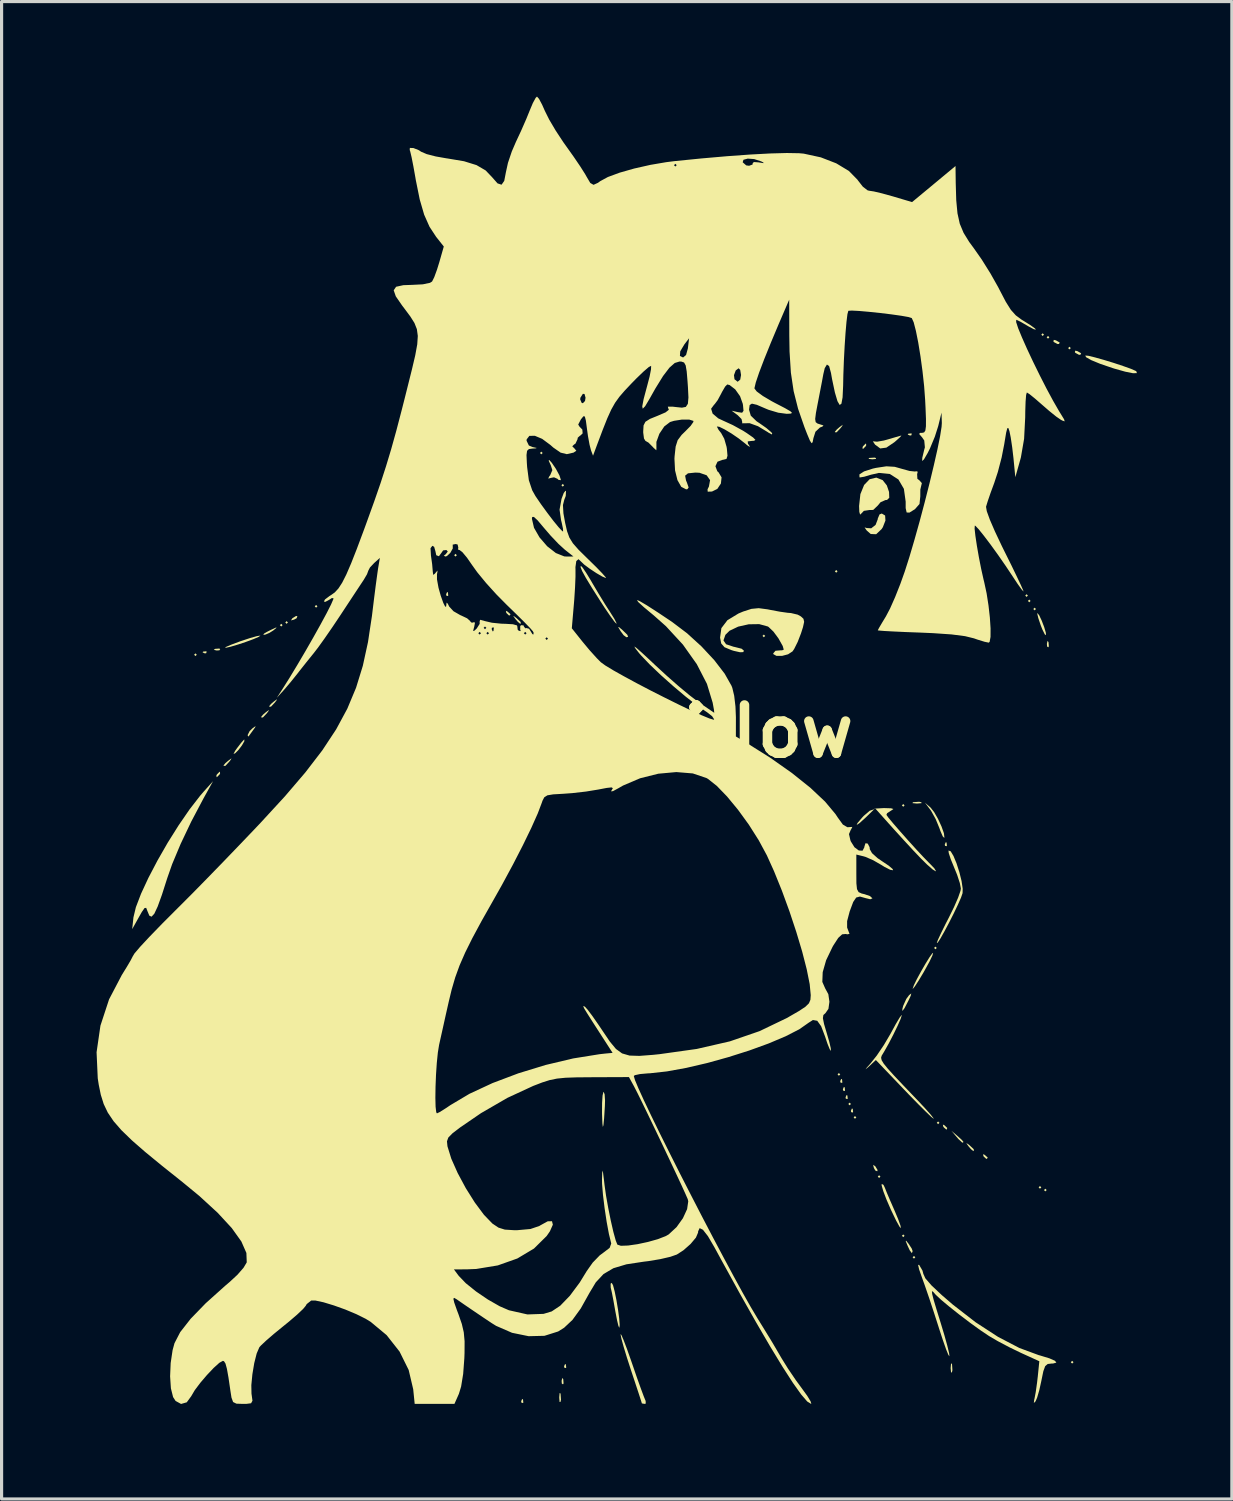
<source format=kicad_pcb>
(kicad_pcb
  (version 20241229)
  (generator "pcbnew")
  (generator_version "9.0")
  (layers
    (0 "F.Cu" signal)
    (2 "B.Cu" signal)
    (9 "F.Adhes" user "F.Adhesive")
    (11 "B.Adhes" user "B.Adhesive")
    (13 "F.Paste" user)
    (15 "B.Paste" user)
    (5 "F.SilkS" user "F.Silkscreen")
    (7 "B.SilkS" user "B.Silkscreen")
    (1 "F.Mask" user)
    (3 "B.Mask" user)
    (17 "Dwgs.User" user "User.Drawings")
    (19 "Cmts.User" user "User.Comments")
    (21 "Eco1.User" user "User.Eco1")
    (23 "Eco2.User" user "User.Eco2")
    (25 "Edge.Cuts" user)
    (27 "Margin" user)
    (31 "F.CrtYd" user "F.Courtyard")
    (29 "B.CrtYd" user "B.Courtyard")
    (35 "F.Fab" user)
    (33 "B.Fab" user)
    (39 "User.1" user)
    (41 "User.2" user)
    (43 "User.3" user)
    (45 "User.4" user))
  (footprint "Rin_Pillow"
    (layer "F.Cu")
    (at 18.066 20.048)
    (property "Reference" "Rin_Pillow" (at 0 0 0) (layer "F.SilkS") (effects (font (size 1.524 1.524) (thickness 0.3))))
    (attr board_only exclude_from_pos_files exclude_from_bom)
    (fp_poly (pts (xy 6.533 2.442) (xy 6.493 2.456) (xy 6.521 2.429)) (stroke (width 0) (type solid)) (fill yes) (layer "F.SilkS"))
    (fp_poly (pts (xy -14.901 -2.421) (xy -14.944 -2.379) (xy -14.986 -2.421) (xy -14.944 -2.464)) (stroke (width 0) (type solid)) (fill yes) (layer "F.SilkS"))
    (fp_poly (pts (xy -12.192 -3.356) (xy -12.234 -3.313) (xy -12.277 -3.356) (xy -12.234 -3.398)) (stroke (width 0) (type solid)) (fill yes) (layer "F.SilkS"))
    (fp_poly (pts (xy -12.023 -3.44) (xy -12.065 -3.398) (xy -12.107 -3.44) (xy -12.065 -3.483)) (stroke (width 0) (type solid)) (fill yes) (layer "F.SilkS"))
    (fp_poly (pts (xy -11.091 -3.95) (xy -11.134 -3.908) (xy -11.176 -3.95) (xy -11.134 -3.993)) (stroke (width 0) (type solid)) (fill yes) (layer "F.SilkS"))
    (fp_poly (pts (xy -6.689 -5.564) (xy -6.731 -5.522) (xy -6.773 -5.564) (xy -6.731 -5.607)) (stroke (width 0) (type solid)) (fill yes) (layer "F.SilkS"))
    (fp_poly (pts (xy -3.979 -8.792) (xy -4.022 -8.75) (xy -4.064 -8.792) (xy -4.022 -8.835)) (stroke (width 0) (type solid)) (fill yes) (layer "F.SilkS"))
    (fp_poly (pts (xy -3.302 -7.773) (xy -3.344 -7.73) (xy -3.387 -7.773) (xy -3.344 -7.815)) (stroke (width 0) (type solid)) (fill yes) (layer "F.SilkS"))
    (fp_poly (pts (xy 3.048 -3.016) (xy 3.006 -2.973) (xy 2.963 -3.016) (xy 3.006 -3.058)) (stroke (width 0) (type solid)) (fill yes) (layer "F.SilkS"))
    (fp_poly (pts (xy 5.334 -5.055) (xy 5.292 -5.012) (xy 5.249 -5.055) (xy 5.292 -5.097)) (stroke (width 0) (type solid)) (fill yes) (layer "F.SilkS"))
    (fp_poly (pts (xy 5.419 10.831) (xy 5.376 10.874) (xy 5.334 10.831) (xy 5.376 10.789)) (stroke (width 0) (type solid)) (fill yes) (layer "F.SilkS"))
    (fp_poly (pts (xy 5.757 11.766) (xy 5.715 11.808) (xy 5.673 11.766) (xy 5.715 11.723)) (stroke (width 0) (type solid)) (fill yes) (layer "F.SilkS"))
    (fp_poly (pts (xy 5.927 12.19) (xy 5.884 12.233) (xy 5.842 12.19) (xy 5.884 12.148)) (stroke (width 0) (type solid)) (fill yes) (layer "F.SilkS"))
    (fp_poly (pts (xy 6.689 14.059) (xy 6.646 14.102) (xy 6.604 14.059) (xy 6.646 14.017)) (stroke (width 0) (type solid)) (fill yes) (layer "F.SilkS"))
    (fp_poly (pts (xy 7.451 2.336) (xy 7.408 2.379) (xy 7.366 2.336) (xy 7.408 2.294)) (stroke (width 0) (type solid)) (fill yes) (layer "F.SilkS"))
    (fp_poly (pts (xy 7.451 15.928) (xy 7.408 15.971) (xy 7.366 15.928) (xy 7.408 15.886)) (stroke (width 0) (type solid)) (fill yes) (layer "F.SilkS"))
    (fp_poly (pts (xy 7.789 16.608) (xy 7.747 16.65) (xy 7.705 16.608) (xy 7.747 16.565)) (stroke (width 0) (type solid)) (fill yes) (layer "F.SilkS"))
    (fp_poly (pts (xy 8.467 6.838) (xy 8.424 6.881) (xy 8.382 6.838) (xy 8.424 6.796)) (stroke (width 0) (type solid)) (fill yes) (layer "F.SilkS"))
    (fp_poly (pts (xy 8.551 12.36) (xy 8.509 12.403) (xy 8.467 12.36) (xy 8.509 12.318)) (stroke (width 0) (type solid)) (fill yes) (layer "F.SilkS"))
    (fp_poly (pts (xy 11.345 -4.29) (xy 11.303 -4.247) (xy 11.261 -4.29) (xy 11.303 -4.332)) (stroke (width 0) (type solid)) (fill yes) (layer "F.SilkS"))
    (fp_poly (pts (xy 11.43 -4.12) (xy 11.388 -4.078) (xy 11.345 -4.12) (xy 11.388 -4.163)) (stroke (width 0) (type solid)) (fill yes) (layer "F.SilkS"))
    (fp_poly (pts (xy 11.599 -3.865) (xy 11.557 -3.823) (xy 11.515 -3.865) (xy 11.557 -3.908)) (stroke (width 0) (type solid)) (fill yes) (layer "F.SilkS"))
    (fp_poly (pts (xy 11.769 14.399) (xy 11.726 14.441) (xy 11.684 14.399) (xy 11.726 14.357)) (stroke (width 0) (type solid)) (fill yes) (layer "F.SilkS"))
    (fp_poly (pts (xy 11.853 -12.53) (xy 11.811 -12.488) (xy 11.769 -12.53) (xy 11.811 -12.573)) (stroke (width 0) (type solid)) (fill yes) (layer "F.SilkS"))
    (fp_poly (pts (xy 11.938 14.484) (xy 11.896 14.526) (xy 11.853 14.484) (xy 11.896 14.441)) (stroke (width 0) (type solid)) (fill yes) (layer "F.SilkS"))
    (fp_poly (pts (xy 12.023 -12.445) (xy 11.98 -12.403) (xy 11.938 -12.445) (xy 11.98 -12.488)) (stroke (width 0) (type solid)) (fill yes) (layer "F.SilkS"))
    (fp_poly (pts (xy 12.7 -12.105) (xy 12.658 -12.063) (xy 12.615 -12.105) (xy 12.658 -12.148)) (stroke (width 0) (type solid)) (fill yes) (layer "F.SilkS"))
    (fp_poly (pts (xy 12.785 19.921) (xy 12.742 19.963) (xy 12.7 19.921) (xy 12.742 19.878)) (stroke (width 0) (type solid)) (fill yes) (layer "F.SilkS"))
    (fp_poly (pts (xy -14.591 -2.52) (xy -14.603 -2.47) (xy -14.647 -2.464) (xy -14.717 -2.495) (xy -14.704 -2.52) (xy -14.603 -2.53)) (stroke (width 0) (type solid)) (fill yes) (layer "F.SilkS"))
    (fp_poly (pts (xy -14.162 -2.6) (xy -14.188 -2.561) (xy -14.273 -2.555) (xy -14.364 -2.576) (xy -14.325 -2.607) (xy -14.192 -2.617)) (stroke (width 0) (type solid)) (fill yes) (layer "F.SilkS"))
    (fp_poly (pts (xy -6.971 -4.389) (xy -6.961 -4.288) (xy -6.971 -4.276) (xy -7.021 -4.287) (xy -7.027 -4.332) (xy -6.996 -4.402)) (stroke (width 0) (type solid)) (fill yes) (layer "F.SilkS"))
    (fp_poly (pts (xy -4.6 21.096) (xy -4.59 21.197) (xy -4.6 21.209) (xy -4.651 21.197) (xy -4.657 21.153) (xy -4.626 21.083)) (stroke (width 0) (type solid)) (fill yes) (layer "F.SilkS"))
    (fp_poly (pts (xy -3.329 20.457) (xy -3.319 20.59) (xy -3.336 20.62) (xy -3.374 20.594) (xy -3.38 20.508) (xy -3.359 20.418)) (stroke (width 0) (type solid)) (fill yes) (layer "F.SilkS"))
    (fp_poly (pts (xy -3.246 19.992) (xy -3.235 20.092) (xy -3.246 20.105) (xy -3.296 20.093) (xy -3.302 20.048) (xy -3.271 19.978)) (stroke (width 0) (type solid)) (fill yes) (layer "F.SilkS"))
    (fp_poly (pts (xy 5.475 10.987) (xy 5.485 11.088) (xy 5.475 11.1) (xy 5.425 11.088) (xy 5.419 11.043) (xy 5.45 10.974)) (stroke (width 0) (type solid)) (fill yes) (layer "F.SilkS"))
    (fp_poly (pts (xy 5.56 11.242) (xy 5.57 11.343) (xy 5.56 11.355) (xy 5.509 11.343) (xy 5.503 11.298) (xy 5.534 11.228)) (stroke (width 0) (type solid)) (fill yes) (layer "F.SilkS"))
    (fp_poly (pts (xy 5.644 11.497) (xy 5.655 11.597) (xy 5.644 11.61) (xy 5.594 11.598) (xy 5.588 11.553) (xy 5.619 11.483)) (stroke (width 0) (type solid)) (fill yes) (layer "F.SilkS"))
    (fp_poly (pts (xy 5.814 11.921) (xy 5.824 12.022) (xy 5.814 12.035) (xy 5.763 12.023) (xy 5.757 11.978) (xy 5.788 11.908)) (stroke (width 0) (type solid)) (fill yes) (layer "F.SilkS"))
    (fp_poly (pts (xy 6.54 -8.636) (xy 6.551 -8.605) (xy 6.435 -8.593) (xy 6.314 -8.607) (xy 6.329 -8.636) (xy 6.502 -8.647)) (stroke (width 0) (type solid)) (fill yes) (layer "F.SilkS"))
    (fp_poly (pts (xy 7.676 -9.401) (xy 7.665 -9.351) (xy 7.62 -9.344) (xy 7.55 -9.376) (xy 7.564 -9.401) (xy 7.664 -9.411)) (stroke (width 0) (type solid)) (fill yes) (layer "F.SilkS"))
    (fp_poly (pts (xy 8.777 3.511) (xy 8.787 3.612) (xy 8.777 3.625) (xy 8.727 3.613) (xy 8.721 3.568) (xy 8.752 3.498)) (stroke (width 0) (type solid)) (fill yes) (layer "F.SilkS"))
    (fp_poly (pts (xy 11.996 -2.819) (xy 12.006 -2.687) (xy 11.989 -2.656) (xy 11.951 -2.682) (xy 11.945 -2.768) (xy 11.965 -2.859)) (stroke (width 0) (type solid)) (fill yes) (layer "F.SilkS"))
    (fp_poly (pts (xy -11.724 -3.636) (xy -11.75 -3.573) (xy -11.829 -3.531) (xy -11.927 -3.505) (xy -11.887 -3.567) (xy -11.876 -3.578) (xy -11.765 -3.646)) (stroke (width 0) (type solid)) (fill yes) (layer "F.SilkS"))
    (fp_poly (pts (xy -5.093 -3.788) (xy -5.003 -3.709) (xy -4.995 -3.69) (xy -5.036 -3.655) (xy -5.119 -3.734) (xy -5.13 -3.751) (xy -5.14 -3.809)) (stroke (width 0) (type solid)) (fill yes) (layer "F.SilkS"))
    (fp_poly (pts (xy 6.519 13.728) (xy 6.53 13.739) (xy 6.597 13.851) (xy 6.588 13.892) (xy 6.525 13.866) (xy 6.482 13.787) (xy 6.457 13.688)) (stroke (width 0) (type solid)) (fill yes) (layer "F.SilkS"))
    (fp_poly (pts (xy 8.708 12.437) (xy 8.798 12.523) (xy 8.78 12.572) (xy 8.768 12.573) (xy 8.696 12.512) (xy 8.67 12.475) (xy 8.66 12.416)) (stroke (width 0) (type solid)) (fill yes) (layer "F.SilkS"))
    (fp_poly (pts (xy 9.123 12.777) (xy 9.259 12.901) (xy 9.313 12.968) (xy 9.275 12.989) (xy 9.153 12.875) (xy 9.094 12.806) (xy 8.932 12.615)) (stroke (width 0) (type solid)) (fill yes) (layer "F.SilkS"))
    (fp_poly (pts (xy 9.978 13.371) (xy 10.068 13.45) (xy 10.075 13.47) (xy 10.035 13.504) (xy 9.951 13.426) (xy 9.94 13.409) (xy 9.93 13.351)) (stroke (width 0) (type solid)) (fill yes) (layer "F.SilkS"))
    (fp_poly (pts (xy 12.23 -12.35) (xy 12.349 -12.282) (xy 12.329 -12.237) (xy 12.282 -12.233) (xy 12.167 -12.294) (xy 12.15 -12.317) (xy 12.164 -12.365)) (stroke (width 0) (type solid)) (fill yes) (layer "F.SilkS"))
    (fp_poly (pts (xy 12.907 -12.01) (xy 13.026 -11.942) (xy 13.006 -11.897) (xy 12.959 -11.893) (xy 12.844 -11.955) (xy 12.828 -11.977) (xy 12.841 -12.025)) (stroke (width 0) (type solid)) (fill yes) (layer "F.SilkS"))
    (fp_poly (pts (xy -14.166 1.329) (xy -14.182 1.359) (xy -14.261 1.44) (xy -14.276 1.444) (xy -14.282 1.389) (xy -14.266 1.359) (xy -14.187 1.278) (xy -14.172 1.274)) (stroke (width 0) (type solid)) (fill yes) (layer "F.SilkS"))
    (fp_poly (pts (xy -13.827 0.894) (xy -13.875 0.956) (xy -13.998 1.088) (xy -14.053 1.087) (xy -14.055 1.072) (xy -13.997 1.001) (xy -13.906 0.924) (xy -13.806 0.85)) (stroke (width 0) (type solid)) (fill yes) (layer "F.SilkS"))
    (fp_poly (pts (xy -12.642 -0.635) (xy -12.689 -0.573) (xy -12.813 -0.441) (xy -12.868 -0.442) (xy -12.869 -0.457) (xy -12.811 -0.528) (xy -12.721 -0.605) (xy -12.621 -0.679)) (stroke (width 0) (type solid)) (fill yes) (layer "F.SilkS"))
    (fp_poly (pts (xy -12.388 -0.975) (xy -12.435 -0.913) (xy -12.559 -0.781) (xy -12.614 -0.782) (xy -12.615 -0.797) (xy -12.557 -0.868) (xy -12.467 -0.945) (xy -12.367 -1.019)) (stroke (width 0) (type solid)) (fill yes) (layer "F.SilkS"))
    (fp_poly (pts (xy -4.866 -3.626) (xy -4.805 -3.579) (xy -4.673 -3.455) (xy -4.674 -3.399) (xy -4.689 -3.398) (xy -4.759 -3.456) (xy -4.837 -3.547) (xy -4.91 -3.647)) (stroke (width 0) (type solid)) (fill yes) (layer "F.SilkS"))
    (fp_poly (pts (xy -3.417 20.906) (xy -3.413 20.921) (xy -3.4 21.106) (xy -3.416 21.175) (xy -3.444 21.178) (xy -3.455 21.045) (xy -3.455 21.025) (xy -3.443 20.893)) (stroke (width 0) (type solid)) (fill yes) (layer "F.SilkS"))
    (fp_poly (pts (xy -1.451 -3.194) (xy -1.304 -3.05) (xy -1.28 -2.985) (xy -1.334 -2.973) (xy -1.422 -3.038) (xy -1.516 -3.164) (xy -1.592 -3.294) (xy -1.571 -3.297)) (stroke (width 0) (type solid)) (fill yes) (layer "F.SilkS"))
    (fp_poly (pts (xy 5.477 -9.64) (xy 5.429 -9.578) (xy 5.306 -9.446) (xy 5.251 -9.447) (xy 5.249 -9.462) (xy 5.307 -9.532) (xy 5.397 -9.61) (xy 5.498 -9.684)) (stroke (width 0) (type solid)) (fill yes) (layer "F.SilkS"))
    (fp_poly (pts (xy 6.224 2.718) (xy 6.025 2.898) (xy 5.937 2.955) (xy 5.965 2.892) (xy 6.116 2.715) (xy 6.161 2.667) (xy 6.348 2.507) (xy 6.493 2.456)) (stroke (width 0) (type solid)) (fill yes) (layer "F.SilkS"))
    (fp_poly (pts (xy 6.239 -9.035) (xy 6.223 -9.005) (xy 6.143 -8.924) (xy 6.128 -8.92) (xy 6.123 -8.975) (xy 6.138 -9.005) (xy 6.218 -9.086) (xy 6.233 -9.09)) (stroke (width 0) (type solid)) (fill yes) (layer "F.SilkS"))
    (fp_poly (pts (xy 7.576 16.178) (xy 7.676 16.331) (xy 7.705 16.412) (xy 7.681 16.478) (xy 7.613 16.386) (xy 7.548 16.247) (xy 7.486 16.095) (xy 7.5 16.084)) (stroke (width 0) (type solid)) (fill yes) (layer "F.SilkS"))
    (fp_poly (pts (xy 7.981 2.238) (xy 7.984 2.266) (xy 7.852 2.277) (xy 7.832 2.277) (xy 7.7 2.265) (xy 7.713 2.239) (xy 7.727 2.235) (xy 7.912 2.222)) (stroke (width 0) (type solid)) (fill yes) (layer "F.SilkS"))
    (fp_poly (pts (xy 8.944 19.971) (xy 8.949 19.986) (xy 8.961 20.171) (xy 8.946 20.241) (xy 8.918 20.244) (xy 8.906 20.111) (xy 8.907 20.091) (xy 8.919 19.959)) (stroke (width 0) (type solid)) (fill yes) (layer "F.SilkS"))
    (fp_poly (pts (xy 9.442 13.024) (xy 9.504 13.071) (xy 9.635 13.195) (xy 9.635 13.251) (xy 9.62 13.252) (xy 9.549 13.194) (xy 9.472 13.104) (xy 9.399 13.003)) (stroke (width 0) (type solid)) (fill yes) (layer "F.SilkS"))
    (fp_poly (pts (xy -13.059 -0.128) (xy -13.121 -0.042) (xy -13.225 0.101) (xy -13.269 0.163) (xy -13.292 0.135) (xy -13.293 0.11) (xy -13.233 -0.009) (xy -13.145 -0.096) (xy -13.045 -0.168)) (stroke (width 0) (type solid)) (fill yes) (layer "F.SilkS"))
    (fp_poly (pts (xy -12.391 -3.267) (xy -12.483 -3.19) (xy -12.605 -3.113) (xy -12.728 -3.06) (xy -12.801 -3.047) (xy -12.778 -3.089) (xy -12.683 -3.145) (xy -12.531 -3.221) (xy -12.39 -3.285)) (stroke (width 0) (type solid)) (fill yes) (layer "F.SilkS"))
    (fp_poly (pts (xy 7.646 8.345) (xy 7.576 8.495) (xy 7.449 8.739) (xy 7.383 8.83) (xy 7.38 8.768) (xy 7.407 8.665) (xy 7.505 8.448) (xy 7.596 8.325) (xy 7.662 8.275)) (stroke (width 0) (type solid)) (fill yes) (layer "F.SilkS"))
    (fp_poly (pts (xy -13.4 0.31) (xy -13.474 0.439) (xy -13.586 0.587) (xy -13.685 0.687) (xy -13.742 0.713) (xy -13.693 0.618) (xy -13.632 0.531) (xy -13.499 0.358) (xy -13.412 0.262) (xy -13.401 0.255)) (stroke (width 0) (type solid)) (fill yes) (layer "F.SilkS"))
    (fp_poly (pts (xy 11.702 -3.667) (xy 11.782 -3.497) (xy 11.86 -3.292) (xy 11.912 -3.115) (xy 11.917 -3.039) (xy 11.878 -3.066) (xy 11.803 -3.217) (xy 11.75 -3.351) (xy 11.675 -3.574) (xy 11.641 -3.714) (xy 11.645 -3.738)) (stroke (width 0) (type solid)) (fill yes) (layer "F.SilkS"))
    (fp_poly (pts (xy -2.022 11.46) (xy -2.009 11.656) (xy -2.014 11.829) (xy -2.038 12.215) (xy -2.06 12.436) (xy -2.078 12.491) (xy -2.092 12.378) (xy -2.103 12.097) (xy -2.104 12.042) (xy -2.102 11.732) (xy -2.087 11.5) (xy -2.061 11.388) (xy -2.053 11.383)) (stroke (width 0) (type solid)) (fill yes) (layer "F.SilkS"))
    (fp_poly (pts (xy 8.27 2.404) (xy 8.383 2.546) (xy 8.507 2.763) (xy 8.618 3.004) (xy 8.693 3.216) (xy 8.708 3.348) (xy 8.701 3.361) (xy 8.655 3.313) (xy 8.583 3.147) (xy 8.548 3.049) (xy 8.432 2.767) (xy 8.292 2.515) (xy 8.264 2.475) (xy 8.094 2.251)) (stroke (width 0) (type solid)) (fill yes) (layer "F.SilkS"))
    (fp_poly (pts (xy -12.892 -3.025) (xy -12.947 -2.985) (xy -13.116 -2.913) (xy -13.352 -2.826) (xy -13.608 -2.741) (xy -13.835 -2.674) (xy -13.986 -2.641) (xy -14.008 -2.64) (xy -13.979 -2.668) (xy -13.822 -2.736) (xy -13.568 -2.831) (xy -13.511 -2.852) (xy -13.223 -2.947) (xy -13.004 -3.009) (xy -12.896 -3.026)) (stroke (width 0) (type solid)) (fill yes) (layer "F.SilkS"))
    (fp_poly (pts (xy 7.312 -9.296) (xy 7.18 -9.177) (xy 7.127 -9.132) (xy 6.876 -8.962) (xy 6.683 -8.936) (xy 6.523 -9.053) (xy 6.511 -9.068) (xy 6.449 -9.161) (xy 6.466 -9.16) (xy 6.581 -9.149) (xy 6.795 -9.186) (xy 6.929 -9.223) (xy 7.163 -9.292) (xy 7.319 -9.336) (xy 7.351 -9.344)) (stroke (width 0) (type solid)) (fill yes) (layer "F.SilkS"))
    (fp_poly (pts (xy 8.329 7.077) (xy 8.237 7.27) (xy 8.093 7.533) (xy 8.048 7.613) (xy 7.891 7.875) (xy 7.772 8.057) (xy 7.71 8.131) (xy 7.706 8.127) (xy 7.743 8.019) (xy 7.838 7.824) (xy 7.969 7.583) (xy 8.11 7.338) (xy 8.237 7.133) (xy 8.326 7.009) (xy 8.352 6.993)) (stroke (width 0) (type solid)) (fill yes) (layer "F.SilkS"))
    (fp_poly (pts (xy -1.756 17.491) (xy -1.704 17.689) (xy -1.649 17.961) (xy -1.599 18.259) (xy -1.562 18.536) (xy -1.546 18.744) (xy -1.557 18.835) (xy -1.586 18.776) (xy -1.631 18.588) (xy -1.684 18.311) (xy -1.688 18.29) (xy -1.744 17.975) (xy -1.795 17.712) (xy -1.83 17.563) (xy -1.832 17.44) (xy -1.797 17.415)) (stroke (width 0) (type solid)) (fill yes) (layer "F.SilkS"))
    (fp_poly (pts (xy 6.785 14.321) (xy 6.827 14.408) (xy 6.889 14.565) (xy 6.998 14.821) (xy 7.126 15.113) (xy 7.249 15.406) (xy 7.32 15.603) (xy 7.336 15.688) (xy 7.294 15.646) (xy 7.192 15.463) (xy 7.178 15.436) (xy 7.02 15.108) (xy 6.882 14.791) (xy 6.78 14.524) (xy 6.727 14.343) (xy 6.728 14.289)) (stroke (width 0) (type solid)) (fill yes) (layer "F.SilkS"))
    (fp_poly (pts (xy 6.836 -6.818) (xy 6.846 -6.659) (xy 6.764 -6.449) (xy 6.726 -6.39) (xy 6.553 -6.227) (xy 6.381 -6.234) (xy 6.255 -6.345) (xy 6.188 -6.441) (xy 6.24 -6.428) (xy 6.248 -6.423) (xy 6.397 -6.414) (xy 6.535 -6.522) (xy 6.603 -6.699) (xy 6.604 -6.721) (xy 6.66 -6.853) (xy 6.731 -6.881)) (stroke (width 0) (type solid)) (fill yes) (layer "F.SilkS"))
    (fp_poly (pts (xy -3.693 -8.486) (xy -3.567 -8.301) (xy -3.553 -8.278) (xy -3.448 -8.082) (xy -3.406 -7.953) (xy -3.411 -7.933) (xy -3.486 -7.948) (xy -3.508 -7.976) (xy -3.62 -8.024) (xy -3.707 -8.008) (xy -3.804 -7.984) (xy -3.771 -8.053) (xy -3.741 -8.091) (xy -3.673 -8.251) (xy -3.722 -8.405) (xy -3.789 -8.551) (xy -3.773 -8.573)) (stroke (width 0) (type solid)) (fill yes) (layer "F.SilkS"))
    (fp_poly (pts (xy 13.249 -11.863) (xy 13.457 -11.813) (xy 13.739 -11.734) (xy 14.053 -11.638) (xy 14.354 -11.538) (xy 14.601 -11.45) (xy 14.751 -11.384) (xy 14.77 -11.371) (xy 14.787 -11.315) (xy 14.663 -11.312) (xy 14.421 -11.36) (xy 14.079 -11.456) (xy 14.012 -11.477) (xy 13.629 -11.608) (xy 13.345 -11.725) (xy 13.182 -11.818) (xy 13.157 -11.87)) (stroke (width 0) (type solid)) (fill yes) (layer "F.SilkS"))
    (fp_poly (pts (xy -2.721 -5.178) (xy -2.606 -5.01) (xy -2.454 -4.761) (xy -2.414 -4.691) (xy -2.214 -4.353) (xy -2.009 -4.017) (xy -1.843 -3.759) (xy -1.715 -3.556) (xy -1.649 -3.425) (xy -1.649 -3.398) (xy -1.712 -3.465) (xy -1.844 -3.645) (xy -2.022 -3.906) (xy -2.147 -4.099) (xy -2.425 -4.537) (xy -2.617 -4.853) (xy -2.732 -5.063) (xy -2.78 -5.184) (xy -2.775 -5.229)) (stroke (width 0) (type solid)) (fill yes) (layer "F.SilkS"))
    (fp_poly (pts (xy 6.758 -7.936) (xy 6.89 -7.769) (xy 6.96 -7.563) (xy 6.967 -7.378) (xy 6.897 -7.31) (xy 6.846 -7.306) (xy 6.691 -7.237) (xy 6.6 -7.128) (xy 6.459 -6.994) (xy 6.343 -6.992) (xy 6.165 -6.965) (xy 6.098 -6.894) (xy 6.047 -6.845) (xy 6.021 -6.934) (xy 6.014 -7.119) (xy 6.055 -7.494) (xy 6.173 -7.783) (xy 6.347 -7.964) (xy 6.558 -8.015)) (stroke (width 0) (type solid)) (fill yes) (layer "F.SilkS"))
    (fp_poly (pts (xy -1.493 19.06) (xy -1.423 19.222) (xy -1.319 19.495) (xy -1.192 19.854) (xy -1.151 19.972) (xy -1.012 20.377) (xy -0.887 20.727) (xy -0.79 20.989) (xy -0.733 21.13) (xy -0.727 21.14) (xy -0.723 21.227) (xy -0.757 21.237) (xy -0.844 21.222) (xy -0.847 21.216) (xy -0.873 21.132) (xy -0.942 20.919) (xy -1.045 20.607) (xy -1.171 20.227) (xy -1.186 20.182) (xy -1.315 19.785) (xy -1.42 19.438) (xy -1.492 19.177) (xy -1.52 19.039) (xy -1.52 19.035)) (stroke (width 0) (type solid)) (fill yes) (layer "F.SilkS"))
    (fp_poly (pts (xy -14.694 2.124) (xy -15.078 2.851) (xy -15.412 3.554) (xy -15.679 4.191) (xy -15.833 4.63) (xy -16.002 5.158) (xy -16.137 5.531) (xy -16.244 5.759) (xy -16.33 5.851) (xy -16.4 5.819) (xy -16.46 5.674) (xy -16.499 5.573) (xy -16.55 5.577) (xy -16.637 5.702) (xy -16.728 5.862) (xy -16.941 6.244) (xy -16.902 5.873) (xy -16.825 5.552) (xy -16.662 5.126) (xy -16.429 4.624) (xy -16.143 4.078) (xy -15.82 3.515) (xy -15.476 2.967) (xy -15.129 2.462) (xy -14.795 2.031) (xy -14.692 1.911) (xy -14.388 1.572)) (stroke (width 0) (type solid)) (fill yes) (layer "F.SilkS"))
    (fp_poly (pts (xy 7.024 2.428) (xy 7.097 2.45) (xy 7.034 2.496) (xy 7.027 2.499) (xy 6.9 2.582) (xy 6.877 2.635) (xy 6.945 2.73) (xy 7.101 2.917) (xy 7.317 3.165) (xy 7.564 3.444) (xy 7.815 3.721) (xy 8.042 3.965) (xy 8.217 4.145) (xy 8.253 4.18) (xy 8.391 4.325) (xy 8.441 4.409) (xy 8.431 4.417) (xy 8.339 4.361) (xy 8.169 4.212) (xy 7.968 4.014) (xy 7.723 3.756) (xy 7.423 3.431) (xy 7.121 3.099) (xy 7.049 3.019) (xy 6.533 2.442) (xy 6.552 2.435) (xy 6.798 2.421)) (stroke (width 0) (type solid)) (fill yes) (layer "F.SilkS"))
    (fp_poly (pts (xy 8.906 3.785) (xy 8.995 3.933) (xy 9.091 4.166) (xy 9.18 4.443) (xy 9.25 4.724) (xy 9.286 4.967) (xy 9.282 5.107) (xy 9.233 5.249) (xy 9.134 5.474) (xy 9.002 5.75) (xy 8.855 6.041) (xy 8.71 6.314) (xy 8.586 6.534) (xy 8.499 6.668) (xy 8.468 6.683) (xy 8.504 6.581) (xy 8.604 6.366) (xy 8.748 6.074) (xy 8.848 5.881) (xy 9.013 5.545) (xy 9.142 5.248) (xy 9.217 5.032) (xy 9.229 4.964) (xy 9.195 4.789) (xy 9.109 4.525) (xy 9.013 4.29) (xy 8.907 4.031) (xy 8.845 3.839) (xy 8.837 3.762)) (stroke (width 0) (type solid)) (fill yes) (layer "F.SilkS"))
    (fp_poly (pts (xy 7.139 -8.356) (xy 7.37 -8.291) (xy 7.607 -8.225) (xy 7.78 -8.207) (xy 7.819 -8.216) (xy 7.866 -8.202) (xy 7.847 -8.123) (xy 7.855 -7.977) (xy 7.917 -7.931) (xy 7.996 -7.841) (xy 7.983 -7.786) (xy 7.948 -7.639) (xy 7.947 -7.422) (xy 7.922 -7.183) (xy 7.778 -7.018) (xy 7.776 -7.017) (xy 7.604 -6.91) (xy 7.516 -6.914) (xy 7.485 -7.051) (xy 7.485 -7.257) (xy 7.429 -7.66) (xy 7.256 -7.956) (xy 6.986 -8.129) (xy 6.639 -8.163) (xy 6.387 -8.106) (xy 6.176 -8.043) (xy 6.043 -8.021) (xy 6.027 -8.026) (xy 6.024 -8.116) (xy 6.171 -8.211) (xy 6.449 -8.3) (xy 6.552 -8.323) (xy 6.877 -8.372)) (stroke (width 0) (type solid)) (fill yes) (layer "F.SilkS"))
    (fp_poly (pts (xy 7.363 8.962) (xy 7.326 9.079) (xy 7.23 9.298) (xy 7.097 9.572) (xy 6.95 9.856) (xy 6.811 10.103) (xy 6.77 10.171) (xy 6.728 10.24) (xy 6.709 10.305) (xy 6.726 10.383) (xy 6.792 10.492) (xy 6.921 10.651) (xy 7.125 10.876) (xy 7.419 11.187) (xy 7.814 11.6) (xy 7.871 11.659) (xy 8.102 11.906) (xy 8.274 12.1) (xy 8.363 12.214) (xy 8.368 12.233) (xy 8.294 12.175) (xy 8.126 12.014) (xy 7.884 11.773) (xy 7.591 11.473) (xy 7.43 11.305) (xy 6.544 10.378) (xy 6.3 10.604) (xy 6.22 10.671) (xy 6.251 10.625) (xy 6.375 10.485) (xy 6.573 10.236) (xy 6.798 9.902) (xy 7.006 9.549) (xy 7.028 9.508) (xy 7.178 9.233) (xy 7.293 9.04) (xy 7.356 8.958)) (stroke (width 0) (type solid)) (fill yes) (layer "F.SilkS"))
    (fp_poly (pts (xy 3.123 -3.855) (xy 3.218 -3.836) (xy 3.512 -3.781) (xy 3.758 -3.746) (xy 3.862 -3.738) (xy 4.073 -3.688) (xy 4.177 -3.631) (xy 4.257 -3.557) (xy 4.279 -3.46) (xy 4.242 -3.292) (xy 4.181 -3.1) (xy 4.075 -2.826) (xy 3.963 -2.602) (xy 3.912 -2.527) (xy 3.771 -2.435) (xy 3.581 -2.385) (xy 3.405 -2.385) (xy 3.307 -2.44) (xy 3.302 -2.464) (xy 3.374 -2.547) (xy 3.554 -2.562) (xy 3.577 -2.559) (xy 3.635 -2.582) (xy 3.602 -2.698) (xy 3.473 -2.928) (xy 3.464 -2.943) (xy 3.309 -3.152) (xy 3.155 -3.299) (xy 3.131 -3.314) (xy 2.86 -3.388) (xy 2.528 -3.383) (xy 2.196 -3.309) (xy 1.923 -3.179) (xy 1.792 -3.05) (xy 1.731 -2.873) (xy 1.814 -2.752) (xy 2.053 -2.673) (xy 2.08 -2.668) (xy 2.306 -2.611) (xy 2.378 -2.548) (xy 2.355 -2.504) (xy 2.254 -2.5) (xy 2.057 -2.544) (xy 1.981 -2.568) (xy 1.763 -2.659) (xy 1.66 -2.777) (xy 1.624 -2.961) (xy 1.665 -3.261) (xy 1.856 -3.512) (xy 2.204 -3.723) (xy 2.351 -3.785) (xy 2.614 -3.87) (xy 2.843 -3.892)) (stroke (width 0) (type solid)) (fill yes) (layer "F.SilkS"))
    (fp_poly (pts (xy 7.917 16.858) (xy 8.016 17.028) (xy 8.043 17.131) (xy 8.107 17.272) (xy 8.3 17.495) (xy 8.628 17.803) (xy 8.975 18.102) (xy 9.692 18.658) (xy 10.402 19.12) (xy 11.077 19.472) (xy 11.69 19.698) (xy 11.726 19.707) (xy 12.024 19.798) (xy 12.201 19.876) (xy 12.244 19.934) (xy 12.139 19.962) (xy 12.092 19.963) (xy 11.97 19.977) (xy 11.891 20.045) (xy 11.833 20.204) (xy 11.773 20.493) (xy 11.772 20.5) (xy 11.706 20.8) (xy 11.636 21.041) (xy 11.585 21.158) (xy 11.533 21.209) (xy 11.543 21.112) (xy 11.554 21.068) (xy 11.593 20.863) (xy 11.634 20.569) (xy 11.657 20.373) (xy 11.706 19.89) (xy 11.126 19.626) (xy 10.763 19.45) (xy 10.39 19.253) (xy 10.12 19.095) (xy 9.849 18.913) (xy 9.526 18.68) (xy 9.187 18.423) (xy 8.868 18.17) (xy 8.605 17.95) (xy 8.434 17.79) (xy 8.406 17.758) (xy 8.343 17.687) (xy 8.314 17.683) (xy 8.322 17.767) (xy 8.37 17.956) (xy 8.464 18.27) (xy 8.596 18.696) (xy 8.711 19.078) (xy 8.8 19.401) (xy 8.856 19.632) (xy 8.867 19.734) (xy 8.834 19.69) (xy 8.761 19.511) (xy 8.66 19.224) (xy 8.54 18.858) (xy 8.524 18.806) (xy 8.378 18.352) (xy 8.227 17.896) (xy 8.089 17.495) (xy 7.999 17.245) (xy 7.909 16.988) (xy 7.878 16.849) (xy 7.908 16.846)) (stroke (width 0) (type solid)) (fill yes) (layer "F.SilkS"))
    (fp_poly (pts (xy -4.094 -19.976) (xy -3.995 -19.79) (xy -3.909 -19.596) (xy -3.772 -19.321) (xy -3.566 -18.972) (xy -3.327 -18.609) (xy -3.228 -18.47) (xy -2.997 -18.145) (xy -2.79 -17.84) (xy -2.638 -17.6) (xy -2.593 -17.52) (xy -2.475 -17.32) (xy -2.372 -17.261) (xy -2.232 -17.325) (xy -2.161 -17.377) (xy -1.919 -17.508) (xy -1.548 -17.645) (xy -1.088 -17.776) (xy -0.618 -17.882) (xy 0.169 -17.882) (xy 0.212 -17.839) (xy 0.254 -17.882) (xy 0.212 -17.924) (xy 0.169 -17.882) (xy -0.618 -17.882) (xy -0.579 -17.891) (xy -0.098 -17.973) (xy 2.338 -17.973) (xy 2.45 -17.875) (xy 2.541 -17.863) (xy 2.651 -17.903) (xy 2.654 -17.945) (xy 2.692 -17.981) (xy 2.845 -17.97) (xy 2.85 -17.969) (xy 2.997 -17.945) (xy 2.99 -17.967) (xy 2.921 -18.002) (xy 2.701 -18.074) (xy 2.498 -18.089) (xy 2.362 -18.052) (xy 2.338 -17.973) (xy -0.098 -17.973) (xy -0.059 -17.979) (xy 0.18 -18.009) (xy 1.04 -18.095) (xy 1.845 -18.165) (xy 2.577 -18.218) (xy 3.213 -18.252) (xy 3.734 -18.266) (xy 4.12 -18.259) (xy 4.266 -18.246) (xy 4.805 -18.129) (xy 5.293 -17.94) (xy 5.692 -17.699) (xy 5.963 -17.423) (xy 5.979 -17.399) (xy 6.133 -17.202) (xy 6.282 -17.087) (xy 6.33 -17.075) (xy 6.48 -17.052) (xy 6.739 -16.991) (xy 7.052 -16.904) (xy 7.082 -16.896) (xy 7.687 -16.716) (xy 8.373 -17.285) (xy 9.059 -17.855) (xy 9.066 -17.316) (xy 9.082 -16.775) (xy 9.121 -16.361) (xy 9.194 -16.032) (xy 9.314 -15.745) (xy 9.491 -15.458) (xy 9.638 -15.258) (xy 9.89 -14.898) (xy 10.162 -14.463) (xy 10.404 -14.034) (xy 10.457 -13.931) (xy 10.649 -13.564) (xy 10.807 -13.313) (xy 10.962 -13.14) (xy 11.146 -13.003) (xy 11.214 -12.962) (xy 11.43 -12.827) (xy 11.57 -12.724) (xy 11.599 -12.689) (xy 11.536 -12.7) (xy 11.379 -12.782) (xy 11.314 -12.82) (xy 11.12 -12.933) (xy 10.993 -12.994) (xy 10.977 -12.997) (xy 10.974 -12.927) (xy 11.038 -12.732) (xy 11.158 -12.441) (xy 11.319 -12.078) (xy 11.511 -11.67) (xy 11.72 -11.244) (xy 11.934 -10.825) (xy 12.141 -10.441) (xy 12.328 -10.116) (xy 12.378 -10.035) (xy 12.488 -9.855) (xy 12.507 -9.791) (xy 12.438 -9.814) (xy 12.39 -9.839) (xy 12.241 -9.941) (xy 12.019 -10.12) (xy 11.792 -10.317) (xy 11.569 -10.511) (xy 11.397 -10.65) (xy 11.312 -10.704) (xy 11.312 -10.704) (xy 11.289 -10.625) (xy 11.272 -10.414) (xy 11.262 -10.107) (xy 11.26 -9.918) (xy 11.225 -9.239) (xy 11.124 -8.654) (xy 11.104 -8.58) (xy 10.948 -8.028) (xy 10.889 -8.631) (xy 10.849 -8.973) (xy 10.803 -9.281) (xy 10.763 -9.48) (xy 10.727 -9.582) (xy 10.695 -9.575) (xy 10.659 -9.439) (xy 10.612 -9.158) (xy 10.599 -9.077) (xy 10.516 -8.652) (xy 10.396 -8.193) (xy 10.282 -7.846) (xy 10.167 -7.534) (xy 10.075 -7.266) (xy 10.024 -7.098) (xy 10.023 -7.093) (xy 10.047 -6.953) (xy 10.144 -6.685) (xy 10.306 -6.311) (xy 10.523 -5.852) (xy 10.613 -5.67) (xy 10.82 -5.254) (xy 10.993 -4.896) (xy 11.123 -4.622) (xy 11.196 -4.456) (xy 11.206 -4.417) (xy 11.147 -4.483) (xy 11.023 -4.655) (xy 10.862 -4.898) (xy 10.857 -4.906) (xy 10.637 -5.236) (xy 10.401 -5.576) (xy 10.167 -5.9) (xy 9.956 -6.178) (xy 9.79 -6.385) (xy 9.688 -6.492) (xy 9.668 -6.5) (xy 9.662 -6.402) (xy 9.687 -6.176) (xy 9.734 -5.863) (xy 9.797 -5.502) (xy 9.87 -5.131) (xy 9.946 -4.791) (xy 9.965 -4.715) (xy 10.041 -4.362) (xy 10.101 -3.977) (xy 10.144 -3.595) (xy 10.166 -3.253) (xy 10.165 -2.985) (xy 10.137 -2.829) (xy 10.109 -2.803) (xy 9.976 -2.831) (xy 9.752 -2.9) (xy 9.641 -2.939) (xy 9.36 -3.008) (xy 8.933 -3.063) (xy 8.35 -3.103) (xy 7.938 -3.121) (xy 7.484 -3.138) (xy 7.097 -3.156) (xy 6.804 -3.172) (xy 6.635 -3.186) (xy 6.604 -3.192) (xy 6.645 -3.271) (xy 6.751 -3.451) (xy 6.861 -3.632) (xy 6.992 -3.881) (xy 7.152 -4.242) (xy 7.319 -4.664) (xy 7.456 -5.049) (xy 7.603 -5.509) (xy 7.761 -6.045) (xy 7.925 -6.63) (xy 8.086 -7.236) (xy 8.238 -7.836) (xy 8.374 -8.402) (xy 8.488 -8.906) (xy 8.572 -9.321) (xy 8.619 -9.619) (xy 8.627 -9.737) (xy 8.617 -10.067) (xy 8.513 -9.642) (xy 8.406 -9.307) (xy 8.256 -8.945) (xy 8.18 -8.792) (xy 8.062 -8.59) (xy 8.006 -8.539) (xy 8.01 -8.641) (xy 8.072 -8.9) (xy 8.092 -8.971) (xy 8.072 -9.187) (xy 8.002 -9.289) (xy 7.909 -9.395) (xy 7.942 -9.427) (xy 8.008 -9.429) (xy 8.068 -9.443) (xy 8.107 -9.502) (xy 8.125 -9.635) (xy 8.126 -9.867) (xy 8.112 -10.228) (xy 8.1 -10.47) (xy 8.068 -10.904) (xy 8.017 -11.373) (xy 7.953 -11.843) (xy 7.882 -12.28) (xy 7.808 -12.65) (xy 7.738 -12.92) (xy 7.677 -13.054) (xy 7.676 -13.054) (xy 7.574 -13.086) (xy 7.348 -13.126) (xy 7.037 -13.17) (xy 6.684 -13.213) (xy 6.331 -13.25) (xy 6.017 -13.278) (xy 5.785 -13.29) (xy 5.676 -13.283) (xy 5.674 -13.282) (xy 5.646 -13.176) (xy 5.616 -12.934) (xy 5.586 -12.588) (xy 5.558 -12.171) (xy 5.534 -11.716) (xy 5.517 -11.256) (xy 5.51 -10.916) (xy 5.493 -10.55) (xy 5.456 -10.349) (xy 5.401 -10.309) (xy 5.331 -10.429) (xy 5.25 -10.703) (xy 5.16 -11.129) (xy 5.126 -11.322) (xy 5.067 -11.538) (xy 4.998 -11.586) (xy 4.929 -11.47) (xy 4.884 -11.279) (xy 4.843 -11.056) (xy 4.781 -10.734) (xy 4.713 -10.383) (xy 4.711 -10.375) (xy 4.651 -10.056) (xy 4.627 -9.866) (xy 4.643 -9.767) (xy 4.702 -9.722) (xy 4.766 -9.702) (xy 4.89 -9.662) (xy 4.855 -9.626) (xy 4.779 -9.598) (xy 4.636 -9.464) (xy 4.572 -9.262) (xy 4.547 -9.134) (xy 4.516 -9.1) (xy 4.463 -9.179) (xy 4.375 -9.387) (xy 4.288 -9.61) (xy 4.087 -10.19) (xy 3.947 -10.746) (xy 3.86 -11.331) (xy 3.818 -11.996) (xy 3.81 -12.488) (xy 3.807 -13.634) (xy 3.478 -12.87) (xy 3.228 -12.275) (xy 3.018 -11.755) (xy 2.857 -11.331) (xy 2.752 -11.02) (xy 2.71 -10.843) (xy 2.709 -10.831) (xy 2.781 -10.736) (xy 2.975 -10.593) (xy 3.258 -10.426) (xy 3.365 -10.369) (xy 3.674 -10.209) (xy 3.846 -10.109) (xy 3.898 -10.056) (xy 3.844 -10.035) (xy 3.725 -10.03) (xy 3.461 -10.065) (xy 3.157 -10.156) (xy 3.06 -10.196) (xy 2.785 -10.314) (xy 2.629 -10.351) (xy 2.558 -10.306) (xy 2.54 -10.175) (xy 2.54 -10.153) (xy 2.594 -9.971) (xy 2.776 -9.795) (xy 2.872 -9.731) (xy 3.086 -9.581) (xy 3.239 -9.45) (xy 3.27 -9.412) (xy 3.261 -9.377) (xy 3.148 -9.438) (xy 3.129 -9.452) (xy 2.821 -9.638) (xy 2.557 -9.734) (xy 2.394 -9.731) (xy 2.317 -9.731) (xy 2.325 -9.764) (xy 2.301 -9.865) (xy 2.182 -9.985) (xy 1.99 -10.128) (xy 2.19 -10.082) (xy 2.32 -10.064) (xy 2.364 -10.124) (xy 2.348 -10.301) (xy 2.341 -10.346) (xy 2.255 -10.586) (xy 2.102 -10.802) (xy 1.927 -10.937) (xy 1.851 -10.957) (xy 1.784 -10.889) (xy 1.685 -10.719) (xy 1.658 -10.665) (xy 1.548 -10.461) (xy 1.451 -10.331) (xy 1.437 -10.32) (xy 1.341 -10.19) (xy 1.389 -10.036) (xy 1.567 -9.886) (xy 1.724 -9.812) (xy 2.026 -9.674) (xy 2.353 -9.494) (xy 2.464 -9.423) (xy 2.668 -9.281) (xy 2.741 -9.206) (xy 2.696 -9.178) (xy 2.635 -9.175) (xy 2.497 -9.159) (xy 2.504 -9.087) (xy 2.548 -9.026) (xy 2.565 -8.981) (xy 2.477 -9.04) (xy 2.41 -9.097) (xy 2.212 -9.252) (xy 1.984 -9.408) (xy 1.767 -9.538) (xy 1.6 -9.62) (xy 1.525 -9.629) (xy 1.524 -9.624) (xy 1.575 -9.526) (xy 1.658 -9.421) (xy 1.756 -9.242) (xy 1.829 -8.987) (xy 1.839 -8.926) (xy 1.858 -8.705) (xy 1.827 -8.605) (xy 1.728 -8.58) (xy 1.714 -8.58) (xy 1.543 -8.518) (xy 1.477 -8.374) (xy 1.536 -8.217) (xy 1.578 -8.179) (xy 1.671 -8.023) (xy 1.65 -7.828) (xy 1.537 -7.658) (xy 1.368 -7.575) (xy 1.233 -7.571) (xy 1.228 -7.645) (xy 1.272 -7.734) (xy 1.308 -7.935) (xy 1.201 -8.088) (xy 0.973 -8.168) (xy 0.843 -8.174) (xy 0.61 -8.15) (xy 0.52 -8.076) (xy 0.549 -7.924) (xy 0.577 -7.858) (xy 0.631 -7.703) (xy 0.591 -7.649) (xy 0.551 -7.645) (xy 0.398 -7.724) (xy 0.278 -7.935) (xy 0.202 -8.243) (xy 0.183 -8.613) (xy 0.188 -8.691) (xy 0.221 -8.995) (xy 0.285 -9.197) (xy 0.411 -9.365) (xy 0.527 -9.478) (xy 0.694 -9.648) (xy 0.78 -9.772) (xy 0.782 -9.806) (xy 0.648 -9.848) (xy 0.42 -9.848) (xy 0.168 -9.808) (xy 0.044 -9.77) (xy -0.138 -9.631) (xy -0.293 -9.4) (xy -0.387 -9.143) (xy -0.386 -8.931) (xy -0.39 -8.878) (xy -0.482 -8.962) (xy -0.5 -8.983) (xy -0.638 -9.121) (xy -0.733 -9.175) (xy -0.779 -9.25) (xy -0.803 -9.435) (xy -0.803 -9.484) (xy -0.792 -9.664) (xy -0.734 -9.778) (xy -0.591 -9.869) (xy -0.354 -9.965) (xy -0.098 -10.075) (xy 0.006 -10.157) (xy -0.016 -10.214) (xy -0.025 -10.256) (xy 0.124 -10.256) (xy 0.224 -10.244) (xy 0.42 -10.224) (xy 0.543 -10.248) (xy 0.607 -10.346) (xy 0.625 -10.545) (xy 0.609 -10.873) (xy 0.597 -11.043) (xy 0.58 -11.251) (xy 2.063 -11.251) (xy 2.079 -11.121) (xy 2.179 -11.042) (xy 2.26 -11.109) (xy 2.286 -11.256) (xy 2.26 -11.416) (xy 2.21 -11.468) (xy 2.118 -11.399) (xy 2.063 -11.251) (xy 0.58 -11.251) (xy 0.57 -11.368) (xy 0.538 -11.558) (xy 0.487 -11.65) (xy 0.404 -11.679) (xy 0.342 -11.681) (xy 0.193 -11.635) (xy 0.025 -11.487) (xy -0.177 -11.222) (xy -0.422 -10.825) (xy -0.606 -10.498) (xy -0.742 -10.27) (xy -0.818 -10.191) (xy -0.834 -10.264) (xy -0.791 -10.491) (xy -0.689 -10.874) (xy -0.679 -10.911) (xy -0.602 -11.204) (xy -0.558 -11.429) (xy -0.553 -11.541) (xy -0.555 -11.544) (xy -0.628 -11.506) (xy -0.79 -11.367) (xy -1.013 -11.153) (xy -1.18 -10.982) (xy -1.391 -10.758) (xy -1.556 -10.567) (xy -1.691 -10.379) (xy -1.813 -10.163) (xy -1.938 -9.887) (xy -2.083 -9.522) (xy -2.266 -9.036) (xy -2.325 -8.877) (xy -2.388 -8.707) (xy -2.452 -8.877) (xy -2.498 -9.054) (xy -2.548 -9.328) (xy -2.578 -9.544) (xy -2.614 -9.817) (xy -2.647 -9.945) (xy -2.691 -9.953) (xy -2.763 -9.864) (xy -2.775 -9.847) (xy -2.856 -9.691) (xy -2.812 -9.619) (xy -2.81 -9.619) (xy -2.726 -9.533) (xy -2.716 -9.412) (xy -2.785 -9.345) (xy -2.794 -9.344) (xy -2.87 -9.276) (xy -2.879 -9.224) (xy -2.943 -9.088) (xy -2.985 -9.061) (xy -3.044 -9.004) (xy -2.977 -8.938) (xy -2.915 -8.863) (xy -3.005 -8.804) (xy -3.217 -8.756) (xy -3.412 -8.804) (xy -3.642 -8.964) (xy -3.736 -9.047) (xy -3.995 -9.239) (xy -4.226 -9.336) (xy -4.399 -9.333) (xy -4.484 -9.223) (xy -4.487 -9.18) (xy -4.414 -9.029) (xy -4.297 -8.98) (xy -4.166 -8.951) (xy -4.198 -8.938) (xy -4.308 -8.931) (xy -4.414 -8.916) (xy -4.471 -8.861) (xy -4.489 -8.728) (xy -4.478 -8.478) (xy -4.469 -8.346) (xy -4.415 -7.932) (xy -4.309 -7.615) (xy -4.207 -7.433) (xy -4.031 -7.175) (xy -3.832 -6.902) (xy -3.638 -6.647) (xy -3.472 -6.445) (xy -3.362 -6.328) (xy -3.333 -6.312) (xy -3.337 -6.402) (xy -3.378 -6.595) (xy -3.397 -6.669) (xy -3.445 -7.003) (xy -3.383 -7.343) (xy -3.313 -7.529) (xy -3.258 -7.601) (xy -3.242 -7.586) (xy -3.25 -7.436) (xy -3.296 -7.316) (xy -3.338 -7.149) (xy -3.323 -6.886) (xy -3.269 -6.587) (xy -3.208 -6.322) (xy -3.135 -6.121) (xy -3.024 -5.941) (xy -2.846 -5.738) (xy -2.573 -5.469) (xy -2.537 -5.434) (xy -2.286 -5.188) (xy -2.096 -4.991) (xy -1.99 -4.87) (xy -1.979 -4.842) (xy -2.091 -4.888) (xy -2.282 -4.999) (xy -2.493 -5.139) (xy -2.669 -5.27) (xy -2.75 -5.348) (xy -2.847 -5.439) (xy -2.917 -5.379) (xy -2.944 -5.186) (xy -2.942 -5.118) (xy -2.942 -4.887) (xy -2.956 -4.547) (xy -2.981 -4.161) (xy -2.992 -4.028) (xy -3.058 -3.257) (xy -2.725 -2.839) (xy -2.5 -2.569) (xy -2.272 -2.316) (xy -2.143 -2.186) (xy -2 -2.082) (xy -1.746 -1.928) (xy -1.407 -1.738) (xy -1.008 -1.522) (xy -0.572 -1.294) (xy -0.124 -1.067) (xy 0.31 -0.852) (xy 0.706 -0.662) (xy 1.04 -0.511) (xy 1.287 -0.409) (xy 1.422 -0.369) (xy 1.439 -0.377) (xy 1.373 -0.48) (xy 1.21 -0.608) (xy 1.177 -0.629) (xy 0.899 -0.818) (xy 0.543 -1.095) (xy 0.149 -1.427) (xy -0.244 -1.777) (xy -0.597 -2.113) (xy -0.871 -2.4) (xy -0.931 -2.469) (xy -1.053 -2.624) (xy -1.084 -2.682) (xy -1.017 -2.637) (xy -0.846 -2.486) (xy -0.562 -2.223) (xy -0.426 -2.094) (xy -0.058 -1.756) (xy 0.315 -1.428) (xy 0.655 -1.145) (xy 0.921 -0.942) (xy 0.954 -0.919) (xy 1.449 -0.581) (xy 1.39 -0.907) (xy 1.209 -1.502) (xy 0.889 -2.123) (xy 0.451 -2.741) (xy -0.086 -3.323) (xy -0.467 -3.661) (xy -0.782 -3.923) (xy -0.961 -4.086) (xy -1.003 -4.149) (xy -0.911 -4.113) (xy -0.684 -3.979) (xy -0.323 -3.746) (xy 0.106 -3.459) (xy 0.582 -3.099) (xy 1.037 -2.684) (xy 1.443 -2.248) (xy 1.769 -1.823) (xy 1.984 -1.443) (xy 2.011 -1.374) (xy 2.07 -1.126) (xy 2.11 -0.786) (xy 2.124 -0.451) (xy 2.123 0.16) (xy 2.437 0.347) (xy 3.207 0.831) (xy 3.892 1.313) (xy 4.476 1.78) (xy 4.94 2.217) (xy 5.269 2.611) (xy 5.334 2.71) (xy 5.502 2.942) (xy 5.645 3.026) (xy 5.699 3.023) (xy 5.801 3.016) (xy 5.761 3.096) (xy 5.752 3.107) (xy 5.695 3.243) (xy 5.739 3.437) (xy 5.754 3.475) (xy 5.869 3.659) (xy 6.006 3.761) (xy 6.124 3.767) (xy 6.18 3.659) (xy 6.181 3.64) (xy 6.216 3.531) (xy 6.287 3.543) (xy 6.345 3.654) (xy 6.353 3.722) (xy 6.422 3.844) (xy 6.596 4.001) (xy 6.744 4.102) (xy 6.951 4.241) (xy 7.073 4.346) (xy 7.088 4.385) (xy 6.997 4.37) (xy 6.819 4.28) (xy 6.718 4.217) (xy 6.462 4.07) (xy 6.22 3.964) (xy 6.16 3.946) (xy 5.927 3.889) (xy 5.927 4.486) (xy 5.929 4.798) (xy 5.948 4.981) (xy 5.999 5.075) (xy 6.097 5.12) (xy 6.181 5.139) (xy 6.358 5.2) (xy 6.435 5.27) (xy 6.435 5.272) (xy 6.368 5.301) (xy 6.216 5.264) (xy 6.041 5.215) (xy 5.923 5.246) (xy 5.828 5.387) (xy 5.725 5.663) (xy 5.716 5.688) (xy 5.636 5.991) (xy 5.636 6.194) (xy 5.666 6.274) (xy 5.712 6.394) (xy 5.641 6.408) (xy 5.593 6.397) (xy 5.479 6.408) (xy 5.356 6.521) (xy 5.2 6.761) (xy 5.173 6.809) (xy 4.973 7.226) (xy 4.865 7.603) (xy 4.853 7.91) (xy 4.943 8.115) (xy 4.944 8.116) (xy 5.043 8.299) (xy 5.077 8.538) (xy 5.046 8.762) (xy 4.95 8.899) (xy 4.886 8.956) (xy 4.871 9.056) (xy 4.907 9.238) (xy 4.989 9.516) (xy 5.07 9.794) (xy 5.119 10.001) (xy 5.126 10.092) (xy 5.086 10.036) (xy 5.014 9.858) (xy 4.941 9.639) (xy 4.816 9.31) (xy 4.692 9.138) (xy 4.556 9.114) (xy 4.421 9.2) (xy 4.127 9.406) (xy 3.696 9.627) (xy 3.159 9.854) (xy 2.546 10.077) (xy 1.887 10.286) (xy 1.214 10.473) (xy 0.557 10.626) (xy -0.054 10.737) (xy -0.588 10.796) (xy -0.656 10.799) (xy -0.905 10.821) (xy -1.066 10.856) (xy -1.101 10.882) (xy -1.062 11.014) (xy -0.952 11.277) (xy -0.78 11.654) (xy -0.555 12.126) (xy -0.287 12.677) (xy 0.017 13.287) (xy 0.345 13.939) (xy 0.691 14.616) (xy 1.043 15.299) (xy 1.393 15.969) (xy 1.733 16.61) (xy 2.052 17.204) (xy 2.341 17.732) (xy 2.592 18.176) (xy 2.796 18.519) (xy 2.799 18.524) (xy 2.968 18.797) (xy 3.113 19.033) (xy 3.192 19.161) (xy 3.289 19.322) (xy 3.434 19.57) (xy 3.564 19.793) (xy 3.766 20.118) (xy 4.014 20.484) (xy 4.208 20.749) (xy 4.378 20.984) (xy 4.483 21.157) (xy 4.505 21.236) (xy 4.499 21.237) (xy 4.377 21.162) (xy 4.184 20.938) (xy 3.923 20.571) (xy 3.596 20.064) (xy 3.206 19.423) (xy 2.757 18.653) (xy 2.251 17.758) (xy 1.691 16.741) (xy 1.444 16.288) (xy 1.24 15.94) (xy 1.083 15.738) (xy 0.979 15.686) (xy 0.931 15.787) (xy 0.929 15.827) (xy 0.861 15.986) (xy 0.692 16.187) (xy 0.468 16.385) (xy 0.259 16.52) (xy 0.053 16.592) (xy -0.266 16.666) (xy -0.64 16.728) (xy -0.788 16.746) (xy -1.333 16.829) (xy -1.744 16.952) (xy -2.055 17.135) (xy -2.301 17.399) (xy -2.498 17.727) (xy -2.776 18.224) (xy -3.037 18.584) (xy -3.302 18.833) (xy -3.489 18.95) (xy -3.922 19.087) (xy -4.421 19.099) (xy -4.945 18.992) (xy -5.45 18.772) (xy -5.588 18.686) (xy -5.865 18.501) (xy -6.174 18.292) (xy -6.461 18.096) (xy -6.669 17.952) (xy -6.693 17.935) (xy -6.772 17.889) (xy -6.799 17.914) (xy -6.771 18.037) (xy -6.684 18.284) (xy -6.639 18.402) (xy -6.532 18.711) (xy -6.47 18.976) (xy -6.444 19.26) (xy -6.446 19.627) (xy -6.452 19.793) (xy -6.489 20.291) (xy -6.554 20.69) (xy -6.624 20.919) (xy -6.765 21.237) (xy -8.02 21.237) (xy -8.067 20.774) (xy -8.21 20.166) (xy -8.498 19.585) (xy -8.906 19.066) (xy -9.409 18.647) (xy -9.567 18.55) (xy -9.863 18.403) (xy -10.211 18.257) (xy -10.571 18.128) (xy -10.9 18.028) (xy -11.155 17.973) (xy -11.29 17.974) (xy -11.43 18.085) (xy -11.461 18.139) (xy -11.544 18.239) (xy -11.729 18.414) (xy -11.986 18.635) (xy -12.166 18.781) (xy -12.46 19.021) (xy -12.708 19.235) (xy -12.877 19.394) (xy -12.926 19.449) (xy -13.01 19.645) (xy -13.087 19.949) (xy -13.146 20.303) (xy -13.179 20.646) (xy -13.174 20.916) (xy -13.168 20.956) (xy -13.143 21.137) (xy -13.187 21.217) (xy -13.341 21.237) (xy -13.449 21.237) (xy -13.65 21.23) (xy -13.755 21.178) (xy -13.806 21.038) (xy -13.838 20.834) (xy -13.9 20.41) (xy -13.95 20.129) (xy -13.995 19.964) (xy -14.042 19.89) (xy -14.078 19.878) (xy -14.19 19.94) (xy -14.369 20.102) (xy -14.58 20.325) (xy -14.79 20.571) (xy -14.965 20.804) (xy -15.072 20.985) (xy -15.074 20.99) (xy -15.218 21.187) (xy -15.398 21.239) (xy -15.571 21.144) (xy -15.65 21.021) (xy -15.719 20.746) (xy -15.744 20.367) (xy -15.726 19.946) (xy -15.666 19.542) (xy -15.606 19.321) (xy -15.425 18.971) (xy -15.095 18.549) (xy -14.62 18.059) (xy -14.004 17.506) (xy -13.865 17.388) (xy -13.618 17.159) (xy -13.426 16.939) (xy -13.327 16.773) (xy -13.324 16.764) (xy -13.335 16.47) (xy -13.494 16.108) (xy -13.797 15.684) (xy -14.24 15.204) (xy -14.817 14.674) (xy -15.35 14.235) (xy -16.002 13.715) (xy -16.532 13.28) (xy -16.916 12.945) (xy -7.001 12.945) (xy -6.986 13.094) (xy -6.983 13.11) (xy -6.864 13.494) (xy -6.663 13.946) (xy -6.407 14.423) (xy -6.121 14.878) (xy -5.834 15.264) (xy -5.571 15.537) (xy -5.56 15.546) (xy -5.375 15.67) (xy -5.174 15.733) (xy -4.891 15.751) (xy -4.778 15.751) (xy -4.365 15.714) (xy -4.085 15.619) (xy -4.058 15.602) (xy -3.82 15.471) (xy -3.684 15.468) (xy -3.657 15.578) (xy -3.75 15.787) (xy -3.852 15.935) (xy -4.253 16.331) (xy -4.778 16.645) (xy -5.396 16.864) (xy -6.077 16.976) (xy -6.375 16.988) (xy -6.781 16.99) (xy -6.629 17.194) (xy -6.407 17.425) (xy -6.083 17.686) (xy -5.708 17.941) (xy -5.335 18.154) (xy -5.044 18.28) (xy -4.459 18.412) (xy -3.95 18.394) (xy -3.694 18.317) (xy -3.425 18.138) (xy -3.122 17.825) (xy -2.808 17.403) (xy -2.589 17.046) (xy -2.399 16.776) (xy -2.176 16.546) (xy -2.064 16.463) (xy -1.864 16.311) (xy -1.813 16.172) (xy -1.82 16.143) (xy -1.887 15.868) (xy -1.958 15.486) (xy -2.023 15.055) (xy -2.074 14.636) (xy -2.103 14.288) (xy -2.105 14.144) (xy -2.098 13.938) (xy -2.089 13.867) (xy -2.071 13.942) (xy -2.042 14.172) (xy -2.026 14.314) (xy -1.977 14.662) (xy -1.907 15.056) (xy -1.827 15.451) (xy -1.746 15.805) (xy -1.672 16.074) (xy -1.619 16.208) (xy -1.508 16.244) (xy -1.281 16.236) (xy -0.982 16.193) (xy -0.655 16.123) (xy -0.345 16.036) (xy -0.097 15.94) (xy 0.002 15.884) (xy 0.249 15.655) (xy 0.451 15.373) (xy 0.583 15.086) (xy 0.619 14.84) (xy 0.603 14.771) (xy 0.534 14.613) (xy 0.406 14.332) (xy 0.232 13.959) (xy 0.026 13.521) (xy -0.197 13.05) (xy -0.424 12.575) (xy -0.64 12.126) (xy -0.831 11.732) (xy -0.983 11.424) (xy -1.082 11.231) (xy -1.091 11.213) (xy -1.254 10.916) (xy -2.426 10.921) (xy -2.904 10.925) (xy -3.256 10.937) (xy -3.526 10.964) (xy -3.757 11.011) (xy -3.993 11.086) (xy -4.276 11.195) (xy -4.281 11.197) (xy -5.089 11.571) (xy -5.925 12.055) (xy -6.588 12.509) (xy -6.829 12.694) (xy -6.958 12.826) (xy -7.001 12.945) (xy -16.916 12.945) (xy -16.954 12.911) (xy -17.282 12.593) (xy -17.53 12.308) (xy -17.712 12.038) (xy -17.841 11.768) (xy -17.902 11.573) (xy -7.367 11.573) (xy -7.36 11.852) (xy -7.34 12.025) (xy -7.318 12.063) (xy -7.227 12.019) (xy -7.044 11.904) (xy -6.889 11.8) (xy -6.29 11.444) (xy -5.561 11.105) (xy -4.745 10.797) (xy -3.882 10.533) (xy -3.013 10.327) (xy -2.178 10.193) (xy -2.007 10.174) (xy -1.77 10.152) (xy -2.182 9.514) (xy -2.418 9.147) (xy -2.575 8.9) (xy -2.664 8.754) (xy -2.696 8.685) (xy -2.684 8.673) (xy -2.641 8.697) (xy -2.557 8.79) (xy -2.406 8.991) (xy -2.213 9.268) (xy -2.082 9.463) (xy -1.856 9.797) (xy -1.664 10.028) (xy -1.47 10.169) (xy -1.235 10.237) (xy -0.923 10.247) (xy -0.494 10.214) (xy -0.29 10.193) (xy 0.887 10.028) (xy 1.933 9.788) (xy 2.871 9.465) (xy 3.727 9.054) (xy 3.788 9.019) (xy 4.114 8.831) (xy 4.318 8.696) (xy 4.43 8.586) (xy 4.477 8.475) (xy 4.487 8.334) (xy 4.487 8.325) (xy 4.454 7.98) (xy 4.36 7.511) (xy 4.216 6.951) (xy 4.03 6.33) (xy 3.814 5.679) (xy 3.577 5.031) (xy 3.328 4.415) (xy 3.102 3.915) (xy 2.844 3.437) (xy 2.533 2.946) (xy 2.191 2.475) (xy 1.845 2.056) (xy 1.52 1.72) (xy 1.239 1.498) (xy 1.193 1.472) (xy 0.763 1.327) (xy 0.242 1.284) (xy -0.327 1.336) (xy -0.902 1.48) (xy -1.441 1.71) (xy -1.585 1.793) (xy -1.757 1.886) (xy -1.82 1.893) (xy -1.801 1.859) (xy -1.762 1.792) (xy -1.804 1.768) (xy -1.957 1.785) (xy -2.224 1.836) (xy -2.608 1.899) (xy -3.047 1.949) (xy -3.337 1.97) (xy -3.647 1.988) (xy -3.829 2.018) (xy -3.927 2.08) (xy -3.984 2.189) (xy -4.005 2.251) (xy -4.134 2.591) (xy -4.338 3.048) (xy -4.603 3.594) (xy -4.915 4.201) (xy -5.26 4.84) (xy -5.538 5.334) (xy -5.908 5.988) (xy -6.199 6.528) (xy -6.426 6.985) (xy -6.602 7.388) (xy -6.74 7.768) (xy -6.853 8.155) (xy -6.945 8.537) (xy -7.042 8.967) (xy -7.138 9.4) (xy -7.22 9.768) (xy -7.249 9.897) (xy -7.289 10.144) (xy -7.322 10.473) (xy -7.347 10.846) (xy -7.362 11.225) (xy -7.367 11.573) (xy -17.902 11.573) (xy -17.932 11.479) (xy -17.998 11.156) (xy -18.029 10.956) (xy -18.066 10.132) (xy -17.944 9.291) (xy -17.671 8.46) (xy -17.269 7.692) (xy -17.107 7.43) (xy -16.988 7.227) (xy -16.934 7.123) (xy -16.933 7.119) (xy -16.872 7.016) (xy -16.692 6.804) (xy -16.397 6.487) (xy -15.995 6.072) (xy -15.488 5.564) (xy -15.378 5.455) (xy -15.02 5.096) (xy -14.579 4.646) (xy -14.088 4.141) (xy -13.579 3.612) (xy -13.085 3.095) (xy -12.89 2.889) (xy -12.12 2.052) (xy -11.473 1.295) (xy -10.937 0.597) (xy -10.499 -0.067) (xy -10.148 -0.718) (xy -9.872 -1.378) (xy -9.658 -2.072) (xy -9.495 -2.82) (xy -9.478 -2.931) (xy -3.895 -2.931) (xy -3.852 -2.888) (xy -3.81 -2.931) (xy -3.852 -2.973) (xy -3.895 -2.931) (xy -9.478 -2.931) (xy -9.453 -3.101) (xy -6.011 -3.101) (xy -5.969 -3.058) (xy -5.927 -3.101) (xy -5.757 -3.101) (xy -5.715 -3.058) (xy -5.673 -3.101) (xy -4.572 -3.101) (xy -4.53 -3.058) (xy -4.487 -3.101) (xy -4.53 -3.143) (xy -4.572 -3.101) (xy -5.673 -3.101) (xy -5.715 -3.143) (xy -5.757 -3.101) (xy -5.927 -3.101) (xy -5.969 -3.143) (xy -6.011 -3.101) (xy -9.453 -3.101) (xy -9.37 -3.646) (xy -9.359 -3.738) (xy -9.304 -4.189) (xy -9.251 -4.605) (xy -9.205 -4.943) (xy -9.174 -5.161) (xy -9.17 -5.182) (xy -9.12 -5.479) (xy -9.301 -5.317) (xy -9.433 -5.176) (xy -9.483 -5.08) (xy -9.526 -4.963) (xy -9.631 -4.784) (xy -9.637 -4.775) (xy -9.744 -4.614) (xy -9.919 -4.349) (xy -10.138 -4.017) (xy -10.365 -3.672) (xy -10.616 -3.297) (xy -10.861 -2.942) (xy -11.072 -2.648) (xy -11.206 -2.474) (xy -11.433 -2.193) (xy -11.67 -1.894) (xy -11.726 -1.821) (xy -11.926 -1.572) (xy -12.122 -1.34) (xy -12.177 -1.278) (xy -12.374 -1.062) (xy -12.209 -1.317) (xy -11.98 -1.68) (xy -11.729 -2.095) (xy -11.47 -2.535) (xy -11.219 -2.973) (xy -10.99 -3.383) (xy -10.799 -3.737) (xy -10.661 -4.01) (xy -10.59 -4.174) (xy -10.583 -4.203) (xy -10.635 -4.212) (xy -10.712 -4.161) (xy -10.838 -4.093) (xy -10.888 -4.1) (xy -10.853 -4.167) (xy -10.711 -4.275) (xy -10.665 -4.303) (xy -10.543 -4.39) (xy -10.428 -4.515) (xy -10.31 -4.697) (xy -10.179 -4.956) (xy -10.026 -5.311) (xy -9.841 -5.781) (xy -9.84 -5.785) (xy -7.52 -5.785) (xy -7.507 -5.556) (xy -7.505 -5.543) (xy -7.469 -5.284) (xy -7.451 -5.073) (xy -7.45 -5.055) (xy -7.435 -4.942) (xy -7.378 -4.986) (xy -7.359 -5.012) (xy -7.299 -5.082) (xy -7.307 -5.005) (xy -7.316 -4.97) (xy -7.316 -4.801) (xy -7.268 -4.537) (xy -7.199 -4.29) (xy -7.116 -4.057) (xy -7.054 -3.935) (xy -7.026 -3.949) (xy -7.026 -3.95) (xy -7.013 -4.068) (xy -6.976 -4.035) (xy -6.931 -3.944) (xy -6.796 -3.796) (xy -6.58 -3.672) (xy -6.555 -3.662) (xy -6.365 -3.572) (xy -6.268 -3.486) (xy -6.265 -3.472) (xy -6.212 -3.429) (xy -6.172 -3.446) (xy -6.115 -3.44) (xy -6.14 -3.306) (xy -6.176 -3.171) (xy -6.134 -3.181) (xy -6.059 -3.253) (xy -6.048 -3.271) (xy -5.842 -3.271) (xy -5.8 -3.228) (xy -5.588 -3.228) (xy -5.557 -3.158) (xy -5.532 -3.171) (xy -5.521 -3.272) (xy -5.532 -3.285) (xy -5.582 -3.273) (xy -5.588 -3.228) (xy -5.8 -3.228) (xy -5.757 -3.271) (xy -5.8 -3.313) (xy -5.842 -3.271) (xy -6.048 -3.271) (xy -5.968 -3.395) (xy -5.968 -3.482) (xy -5.951 -3.525) (xy -5.799 -3.483) (xy -5.58 -3.432) (xy -5.285 -3.402) (xy -5.154 -3.398) (xy -4.918 -3.384) (xy -4.79 -3.348) (xy -4.78 -3.319) (xy -4.767 -3.211) (xy -4.73 -3.178) (xy -4.67 -3.167) (xy -4.687 -3.209) (xy -4.687 -3.327) (xy -4.658 -3.355) (xy -4.579 -3.346) (xy -4.572 -3.313) (xy -4.524 -3.255) (xy -4.496 -3.265) (xy -4.407 -3.242) (xy -4.372 -3.185) (xy -4.303 -3.073) (xy -4.273 -3.058) (xy -4.264 -3.115) (xy -4.288 -3.163) (xy -4.372 -3.26) (xy -4.553 -3.447) (xy -4.804 -3.696) (xy -5.098 -3.982) (xy -5.101 -3.984) (xy -5.437 -4.324) (xy -5.765 -4.686) (xy -6.042 -5.023) (xy -6.195 -5.236) (xy -6.369 -5.487) (xy -6.515 -5.662) (xy -6.605 -5.73) (xy -6.614 -5.728) (xy -6.654 -5.747) (xy -6.642 -5.8) (xy -6.664 -5.902) (xy -6.727 -5.918) (xy -6.821 -5.898) (xy -6.819 -5.879) (xy -6.817 -5.778) (xy -6.895 -5.639) (xy -7.003 -5.537) (xy -7.051 -5.523) (xy -7.1 -5.548) (xy -7.039 -5.597) (xy -6.975 -5.681) (xy -7.019 -5.729) (xy -7.123 -5.716) (xy -7.164 -5.655) (xy -7.255 -5.532) (xy -7.339 -5.564) (xy -7.366 -5.692) (xy -7.406 -5.83) (xy -7.462 -5.862) (xy -7.52 -5.785) (xy -9.84 -5.785) (xy -9.615 -6.387) (xy -9.528 -6.626) (xy -9.496 -6.715) (xy -4.318 -6.715) (xy -4.252 -6.43) (xy -4.078 -6.127) (xy -3.836 -5.847) (xy -3.562 -5.633) (xy -3.297 -5.527) (xy -3.236 -5.523) (xy -3.006 -5.524) (xy -3.282 -5.742) (xy -3.481 -5.924) (xy -3.726 -6.182) (xy -3.938 -6.428) (xy -4.137 -6.664) (xy -4.256 -6.774) (xy -4.309 -6.772) (xy -4.318 -6.715) (xy -9.496 -6.715) (xy -9.294 -7.275) (xy -9.097 -7.844) (xy -8.925 -8.375) (xy -8.764 -8.908) (xy -8.603 -9.486) (xy -8.429 -10.152) (xy -8.344 -10.486) (xy -2.794 -10.486) (xy -2.747 -10.376) (xy -2.709 -10.364) (xy -2.641 -10.435) (xy -2.625 -10.539) (xy -2.657 -10.656) (xy -2.709 -10.661) (xy -2.787 -10.538) (xy -2.794 -10.486) (xy -8.344 -10.486) (xy -8.252 -10.853) (xy -8.106 -11.437) (xy -8.007 -11.858) (xy 0.356 -11.858) (xy 0.456 -11.808) (xy 0.55 -11.887) (xy 0.608 -12.099) (xy 0.609 -12.111) (xy 0.645 -12.415) (xy 0.494 -12.218) (xy 0.366 -12.003) (xy 0.356 -11.858) (xy -8.007 -11.858) (xy -8.001 -11.885) (xy -7.939 -12.226) (xy -7.922 -12.489) (xy -7.951 -12.703) (xy -8.028 -12.898) (xy -8.156 -13.101) (xy -8.336 -13.343) (xy -8.419 -13.452) (xy -8.617 -13.74) (xy -8.683 -13.93) (xy -8.607 -14.042) (xy -8.38 -14.092) (xy -8.099 -14.102) (xy -7.762 -14.119) (xy -7.538 -14.166) (xy -7.471 -14.208) (xy -7.403 -14.343) (xy -7.315 -14.584) (xy -7.244 -14.813) (xy -7.101 -15.313) (xy -7.344 -15.62) (xy -7.552 -15.937) (xy -7.721 -16.318) (xy -7.861 -16.799) (xy -7.985 -17.412) (xy -7.998 -17.49) (xy -8.061 -17.843) (xy -8.118 -18.133) (xy -8.162 -18.318) (xy -8.177 -18.36) (xy -8.173 -18.426) (xy -8.065 -18.424) (xy -7.903 -18.361) (xy -7.813 -18.305) (xy -7.64 -18.231) (xy -7.357 -18.158) (xy -7.023 -18.099) (xy -6.993 -18.095) (xy -6.462 -18.006) (xy -6.068 -17.884) (xy -5.78 -17.716) (xy -5.58 -17.507) (xy -5.404 -17.307) (xy -5.277 -17.265) (xy -5.192 -17.386) (xy -5.14 -17.657) (xy -5.075 -17.953) (xy -4.954 -18.313) (xy -4.825 -18.613) (xy -4.658 -18.971) (xy -4.494 -19.346) (xy -4.39 -19.602) (xy -4.288 -19.845) (xy -4.2 -20.007) (xy -4.158 -20.048)) (stroke (width 0) (type solid)) (fill yes) (layer "F.SilkS")))
  (gr_rect
    (start -3 -3)
    (end 35.852 44.287)
    (stroke (width 0.1) (type default))
    (fill no)
    (layer "Edge.Cuts")))
</source>
